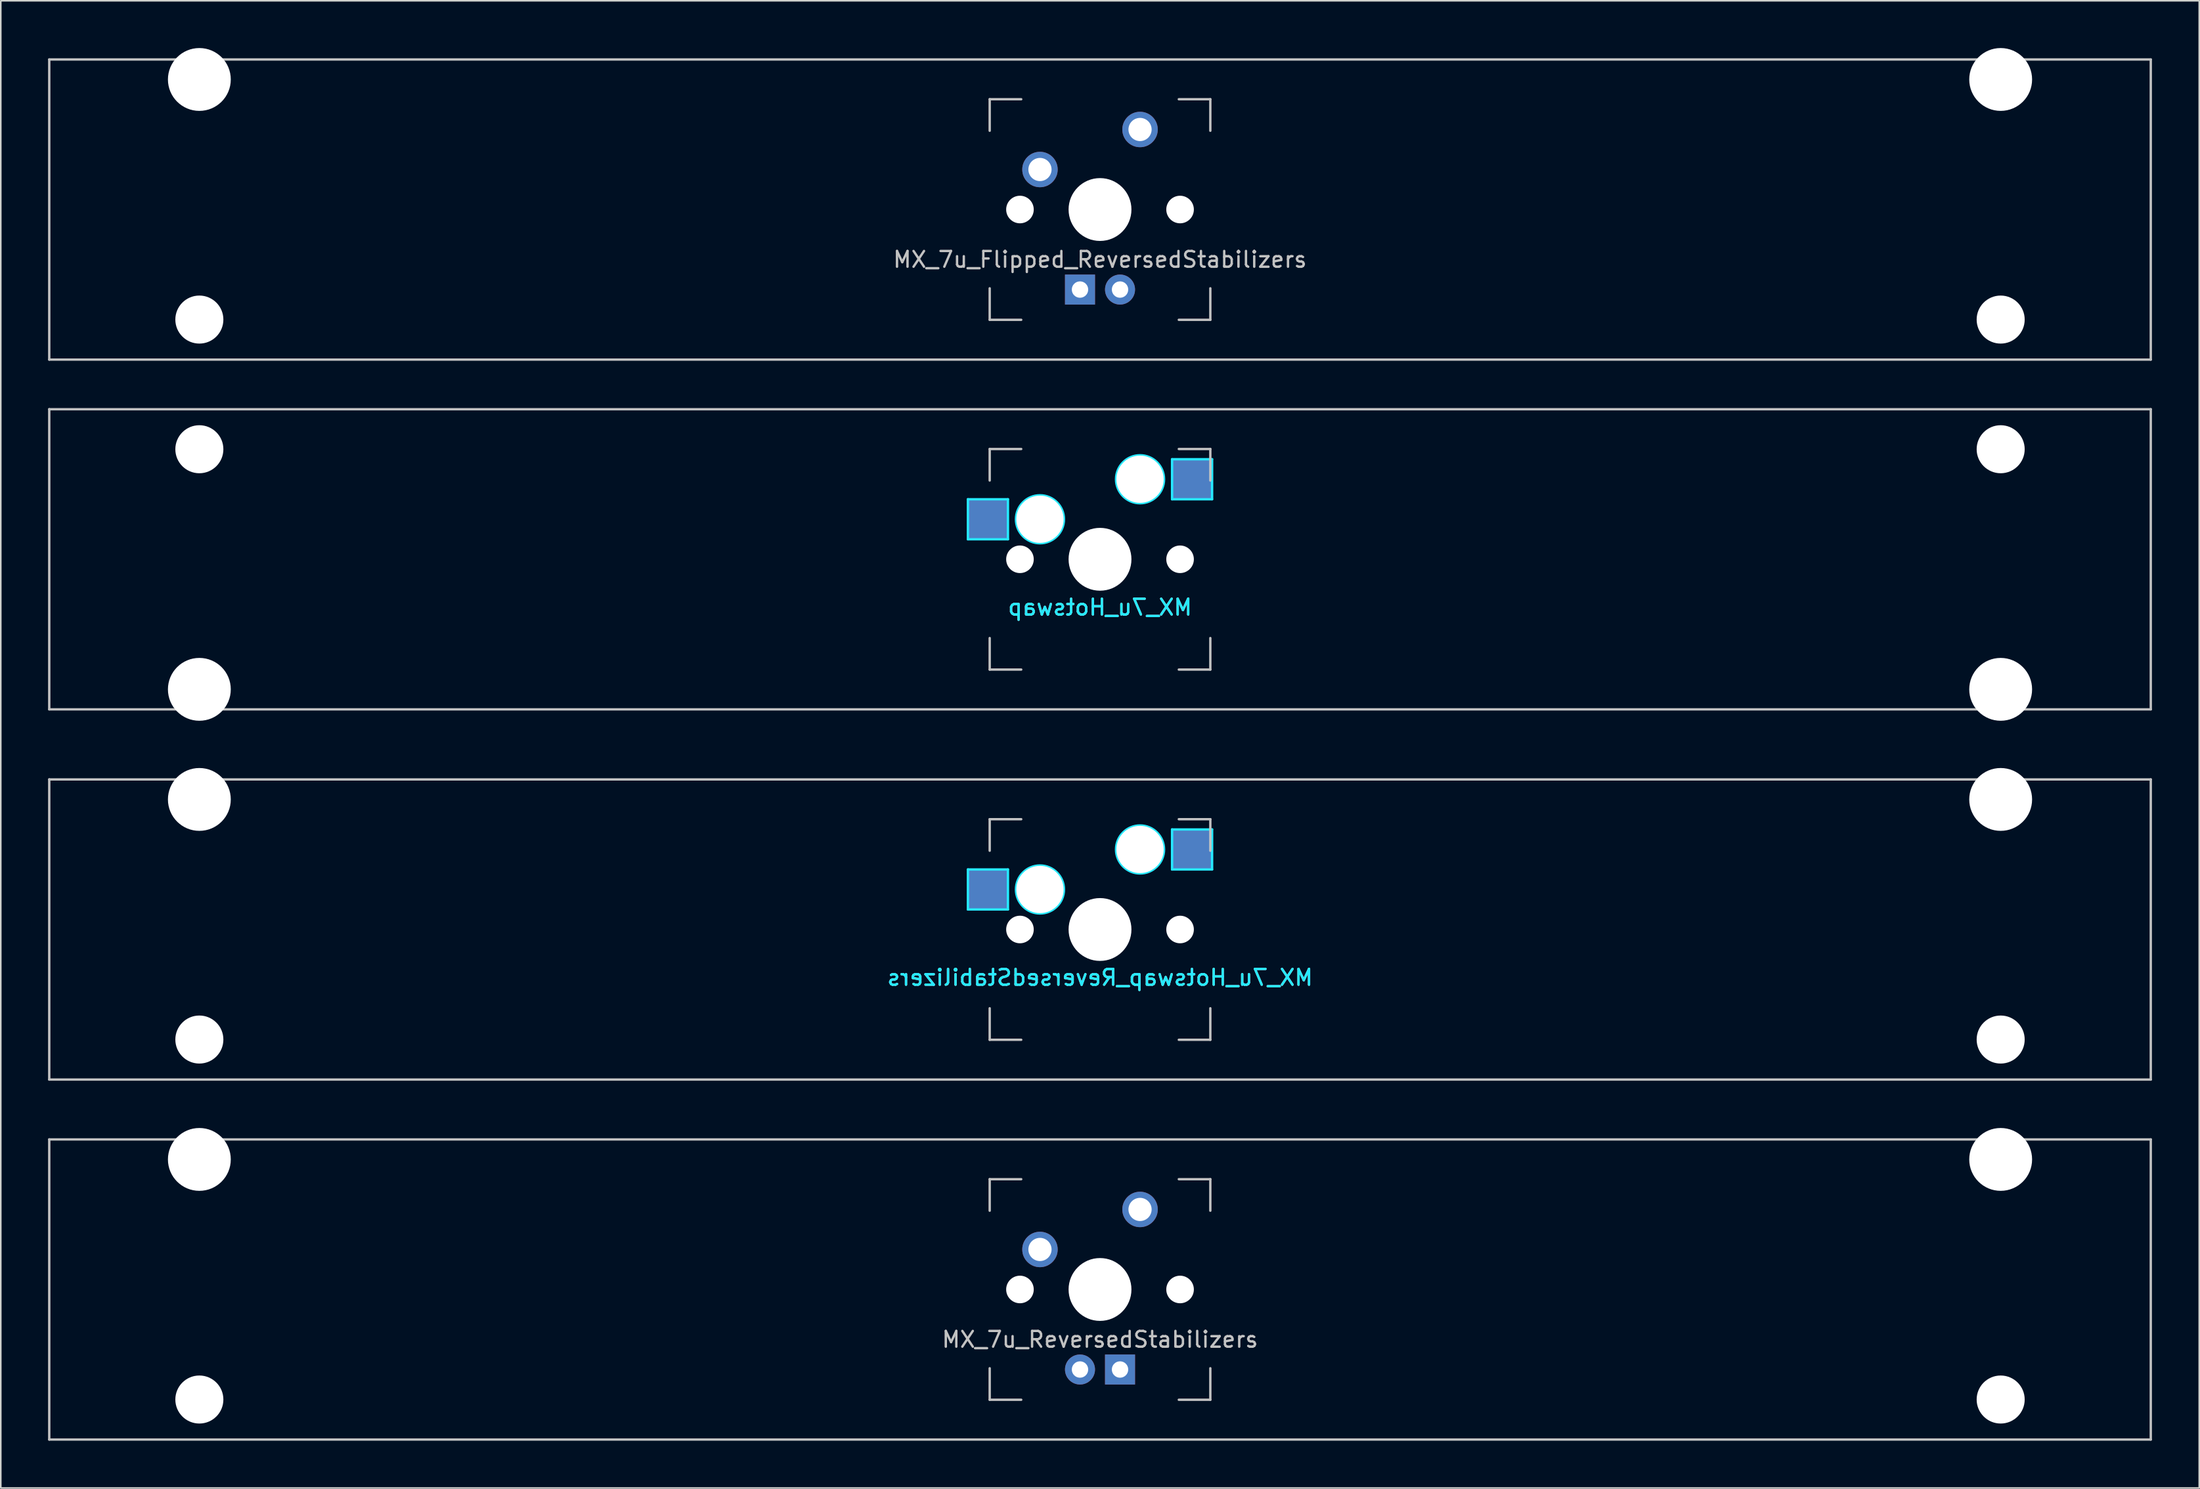
<source format=kicad_pcb>
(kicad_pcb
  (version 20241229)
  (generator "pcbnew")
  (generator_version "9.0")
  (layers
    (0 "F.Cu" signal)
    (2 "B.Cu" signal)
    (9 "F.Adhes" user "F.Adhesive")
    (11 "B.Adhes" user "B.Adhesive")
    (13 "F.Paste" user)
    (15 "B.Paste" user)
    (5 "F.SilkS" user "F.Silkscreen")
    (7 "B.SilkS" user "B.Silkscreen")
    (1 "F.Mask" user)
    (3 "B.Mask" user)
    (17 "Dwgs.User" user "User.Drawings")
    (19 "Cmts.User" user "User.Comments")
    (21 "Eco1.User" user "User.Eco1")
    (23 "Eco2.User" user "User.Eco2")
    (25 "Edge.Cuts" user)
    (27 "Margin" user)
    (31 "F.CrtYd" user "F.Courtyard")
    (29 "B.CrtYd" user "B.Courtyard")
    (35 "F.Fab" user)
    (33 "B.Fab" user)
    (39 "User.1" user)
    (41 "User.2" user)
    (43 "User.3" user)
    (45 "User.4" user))
  (footprint "MX_7u_Hotswap"
    (layer "F.Cu")
    (at 66.75 32.449)
    (property "Reference" "MX_7u_Hotswap" (at 0 3.048 0) (layer "B.CrtYd") (effects (font (size 1 1) (thickness 0.15)) (justify mirror)))
    (attr smd)
    (fp_line (start -66.675 -9.525) (end 66.675 -9.525) (stroke (width 0.15) (type solid)) (layer "Dwgs.User"))
    (fp_line (start -66.675 9.525) (end -66.675 -9.525) (stroke (width 0.15) (type solid)) (layer "Dwgs.User"))
    (fp_line (start -7 -7) (end -7 -5) (stroke (width 0.15) (type solid)) (layer "Dwgs.User"))
    (fp_line (start -7 5) (end -7 7) (stroke (width 0.15) (type solid)) (layer "Dwgs.User"))
    (fp_line (start -7 7) (end -5 7) (stroke (width 0.15) (type solid)) (layer "Dwgs.User"))
    (fp_line (start -5 -7) (end -7 -7) (stroke (width 0.15) (type solid)) (layer "Dwgs.User"))
    (fp_line (start 5 -7) (end 7 -7) (stroke (width 0.15) (type solid)) (layer "Dwgs.User"))
    (fp_line (start 5 7) (end 7 7) (stroke (width 0.15) (type solid)) (layer "Dwgs.User"))
    (fp_line (start 7 -7) (end 7 -5) (stroke (width 0.15) (type solid)) (layer "Dwgs.User"))
    (fp_line (start 7 7) (end 7 5) (stroke (width 0.15) (type solid)) (layer "Dwgs.User"))
    (fp_line (start 66.675 -9.525) (end 66.675 9.525) (stroke (width 0.15) (type solid)) (layer "Dwgs.User"))
    (fp_line (start 66.675 9.525) (end -66.675 9.525) (stroke (width 0.15) (type solid)) (layer "Dwgs.User"))
    (fp_line (start -8.382 -3.81) (end -5.842 -3.81) (stroke (width 0.15) (type solid)) (layer "B.CrtYd"))
    (fp_line (start -8.382 -1.27) (end -8.382 -3.81) (stroke (width 0.15) (type solid)) (layer "B.CrtYd"))
    (fp_line (start -5.842 -3.81) (end -5.842 -1.27) (stroke (width 0.15) (type solid)) (layer "B.CrtYd"))
    (fp_line (start -5.842 -1.27) (end -8.382 -1.27) (stroke (width 0.15) (type solid)) (layer "B.CrtYd"))
    (fp_line (start 4.572 -6.35) (end 7.112 -6.35) (stroke (width 0.15) (type solid)) (layer "B.CrtYd"))
    (fp_line (start 4.572 -3.81) (end 4.572 -6.35) (stroke (width 0.15) (type solid)) (layer "B.CrtYd"))
    (fp_line (start 7.112 -6.35) (end 7.112 -3.81) (stroke (width 0.15) (type solid)) (layer "B.CrtYd"))
    (fp_line (start 7.112 -3.81) (end 4.572 -3.81) (stroke (width 0.15) (type solid)) (layer "B.CrtYd"))
    (fp_circle (center -3.81 -2.54) (end -3.81 -4.064) (stroke (width 0.15) (type solid)) (fill no) (layer "B.CrtYd"))
    (fp_circle (center 2.54 -5.08) (end 2.54 -6.604) (stroke (width 0.15) (type solid)) (fill no) (layer "B.CrtYd"))
    (fp_text user "${REFERENCE}" (at 0 3.048 0) (layer "B.SilkS") (effects (font (size 1 1) (thickness 0.15)) (justify mirror)))
    (pad "" np_thru_hole circle (at -57.15 -6.985) (size 3.048 3.048) (drill 3.048) (layers "*.Cu" "*.Mask"))
    (pad "" np_thru_hole circle (at -57.15 8.255) (size 3.988 3.988) (drill 3.988) (layers "*.Cu" "*.Mask"))
    (pad "" np_thru_hole circle (at -5.08 0 48.1) (size 1.75 1.75) (drill 1.75) (layers "*.Cu" "*.Mask"))
    (pad "" np_thru_hole circle (at -3.81 -2.54) (size 3 3) (drill 3) (layers "*.Cu" "*.Mask"))
    (pad "" np_thru_hole circle (at 0 0) (size 3.988 3.988) (drill 3.988) (layers "*.Cu" "*.Mask"))
    (pad "" np_thru_hole circle (at 2.54 -5.08) (size 3 3) (drill 3) (layers "*.Cu" "*.Mask"))
    (pad "" np_thru_hole circle (at 5.08 0 48.1) (size 1.75 1.75) (drill 1.75) (layers "*.Cu" "*.Mask"))
    (pad "" np_thru_hole circle (at 57.15 -6.985) (size 3.048 3.048) (drill 3.048) (layers "*.Cu" "*.Mask"))
    (pad "" np_thru_hole circle (at 57.15 8.255) (size 3.988 3.988) (drill 3.988) (layers "*.Cu" "*.Mask"))
    (pad "1" smd rect (at -7.085 -2.54) (size 2.55 2.5) (layers "B.Cu" "B.Mask" "B.Paste"))
    (pad "2" smd rect (at 5.842 -5.08) (size 2.55 2.5) (layers "B.Cu" "B.Mask" "B.Paste")))
  (footprint "MX_7u_Flipped_ReversedStabilizers"
    (layer "F.Cu")
    (at 66.75 10.249)
    (property "Reference" "MX_7u_Flipped_ReversedStabilizers" (at 0 3.175 0) (layer "Dwgs.User") (effects (font (size 1 1) (thickness 0.15))))
    (attr through_hole)
    (fp_line (start -66.675 -9.525) (end 66.675 -9.525) (stroke (width 0.15) (type solid)) (layer "Dwgs.User"))
    (fp_line (start -66.675 9.525) (end -66.675 -9.525) (stroke (width 0.15) (type solid)) (layer "Dwgs.User"))
    (fp_line (start -66.675 9.525) (end 66.675 9.525) (stroke (width 0.15) (type solid)) (layer "Dwgs.User"))
    (fp_line (start -7 -7) (end -7 -5) (stroke (width 0.15) (type solid)) (layer "Dwgs.User"))
    (fp_line (start -7 5) (end -7 7) (stroke (width 0.15) (type solid)) (layer "Dwgs.User"))
    (fp_line (start -7 7) (end -5 7) (stroke (width 0.15) (type solid)) (layer "Dwgs.User"))
    (fp_line (start -5 -7) (end -7 -7) (stroke (width 0.15) (type solid)) (layer "Dwgs.User"))
    (fp_line (start 5 -7) (end 7 -7) (stroke (width 0.15) (type solid)) (layer "Dwgs.User"))
    (fp_line (start 5 7) (end 7 7) (stroke (width 0.15) (type solid)) (layer "Dwgs.User"))
    (fp_line (start 7 -7) (end 7 -5) (stroke (width 0.15) (type solid)) (layer "Dwgs.User"))
    (fp_line (start 7 7) (end 7 5) (stroke (width 0.15) (type solid)) (layer "Dwgs.User"))
    (fp_line (start 66.675 -9.525) (end 66.675 9.525) (stroke (width 0.15) (type solid)) (layer "Dwgs.User"))
    (pad "" np_thru_hole circle (at -57.15 -8.255) (size 3.988 3.988) (drill 3.988) (layers "*.Cu" "*.Mask"))
    (pad "" np_thru_hole circle (at -57.15 6.985) (size 3.048 3.048) (drill 3.048) (layers "*.Cu" "*.Mask"))
    (pad "" np_thru_hole circle (at -5.08 0 48.1) (size 1.75 1.75) (drill 1.75) (layers "*.Cu" "*.Mask"))
    (pad "" np_thru_hole circle (at 0 0) (size 3.988 3.988) (drill 3.988) (layers "*.Cu" "*.Mask"))
    (pad "" np_thru_hole circle (at 5.08 0 48.1) (size 1.75 1.75) (drill 1.75) (layers "*.Cu" "*.Mask"))
    (pad "" np_thru_hole circle (at 57.15 -8.255) (size 3.988 3.988) (drill 3.988) (layers "*.Cu" "*.Mask"))
    (pad "" np_thru_hole circle (at 57.15 6.985) (size 3.048 3.048) (drill 3.048) (layers "*.Cu" "*.Mask"))
    (pad "1" thru_hole circle (at -3.81 -2.54) (size 2.25 2.25) (drill 1.47) (layers "*.Cu" "B.Mask"))
    (pad "2" thru_hole circle (at 2.54 -5.08) (size 2.25 2.25) (drill 1.47) (layers "*.Cu" "B.Mask"))
    (pad "3" thru_hole circle (at 1.27 5.08) (size 1.905 1.905) (drill 1.04) (layers "*.Cu" "B.Mask"))
    (pad "4" thru_hole rect (at -1.27 5.08) (size 1.905 1.905) (drill 1.04) (layers "*.Cu" "B.Mask")))
  (footprint "MX_7u_ReversedStabilizers"
    (layer "F.Cu")
    (at 66.75 78.796)
    (property "Reference" "MX_7u_ReversedStabilizers" (at 0 3.175 0) (layer "Dwgs.User") (effects (font (size 1 1) (thickness 0.15))))
    (attr through_hole)
    (fp_line (start -66.675 -9.525) (end 66.675 -9.525) (stroke (width 0.15) (type solid)) (layer "Dwgs.User"))
    (fp_line (start -66.675 9.525) (end -66.675 -9.525) (stroke (width 0.15) (type solid)) (layer "Dwgs.User"))
    (fp_line (start -66.675 9.525) (end 66.675 9.525) (stroke (width 0.15) (type solid)) (layer "Dwgs.User"))
    (fp_line (start -7 -7) (end -7 -5) (stroke (width 0.15) (type solid)) (layer "Dwgs.User"))
    (fp_line (start -7 5) (end -7 7) (stroke (width 0.15) (type solid)) (layer "Dwgs.User"))
    (fp_line (start -7 7) (end -5 7) (stroke (width 0.15) (type solid)) (layer "Dwgs.User"))
    (fp_line (start -5 -7) (end -7 -7) (stroke (width 0.15) (type solid)) (layer "Dwgs.User"))
    (fp_line (start 5 -7) (end 7 -7) (stroke (width 0.15) (type solid)) (layer "Dwgs.User"))
    (fp_line (start 5 7) (end 7 7) (stroke (width 0.15) (type solid)) (layer "Dwgs.User"))
    (fp_line (start 7 -7) (end 7 -5) (stroke (width 0.15) (type solid)) (layer "Dwgs.User"))
    (fp_line (start 7 7) (end 7 5) (stroke (width 0.15) (type solid)) (layer "Dwgs.User"))
    (fp_line (start 66.675 -9.525) (end 66.675 9.525) (stroke (width 0.15) (type solid)) (layer "Dwgs.User"))
    (pad "" np_thru_hole circle (at -57.15 -8.255) (size 3.988 3.988) (drill 3.988) (layers "*.Cu" "*.Mask"))
    (pad "" np_thru_hole circle (at -57.15 6.985) (size 3.048 3.048) (drill 3.048) (layers "*.Cu" "*.Mask"))
    (pad "" np_thru_hole circle (at -5.08 0 48.1) (size 1.75 1.75) (drill 1.75) (layers "*.Cu" "*.Mask"))
    (pad "" np_thru_hole circle (at 0 0) (size 3.988 3.988) (drill 3.988) (layers "*.Cu" "*.Mask"))
    (pad "" np_thru_hole circle (at 5.08 0 48.1) (size 1.75 1.75) (drill 1.75) (layers "*.Cu" "*.Mask"))
    (pad "" np_thru_hole circle (at 57.15 -8.255) (size 3.988 3.988) (drill 3.988) (layers "*.Cu" "*.Mask"))
    (pad "" np_thru_hole circle (at 57.15 6.985) (size 3.048 3.048) (drill 3.048) (layers "*.Cu" "*.Mask"))
    (pad "1" thru_hole circle (at -3.81 -2.54) (size 2.25 2.25) (drill 1.47) (layers "*.Cu" "B.Mask"))
    (pad "2" thru_hole circle (at 2.54 -5.08) (size 2.25 2.25) (drill 1.47) (layers "*.Cu" "B.Mask"))
    (pad "3" thru_hole circle (at -1.27 5.08) (size 1.905 1.905) (drill 1.04) (layers "*.Cu" "B.Mask"))
    (pad "4" thru_hole rect (at 1.27 5.08) (size 1.905 1.905) (drill 1.04) (layers "*.Cu" "B.Mask")))
  (footprint "MX_7u_Hotswap_ReversedStabilizers"
    (layer "F.Cu")
    (at 66.75 55.947)
    (property "Reference" "MX_7u_Hotswap_ReversedStabilizers" (at 0 3.048 0) (layer "B.CrtYd") (effects (font (size 1 1) (thickness 0.15)) (justify mirror)))
    (attr smd)
    (fp_line (start -66.675 -9.525) (end 66.675 -9.525) (stroke (width 0.15) (type solid)) (layer "Dwgs.User"))
    (fp_line (start -66.675 9.525) (end -66.675 -9.525) (stroke (width 0.15) (type solid)) (layer "Dwgs.User"))
    (fp_line (start -7 -7) (end -7 -5) (stroke (width 0.15) (type solid)) (layer "Dwgs.User"))
    (fp_line (start -7 5) (end -7 7) (stroke (width 0.15) (type solid)) (layer "Dwgs.User"))
    (fp_line (start -7 7) (end -5 7) (stroke (width 0.15) (type solid)) (layer "Dwgs.User"))
    (fp_line (start -5 -7) (end -7 -7) (stroke (width 0.15) (type solid)) (layer "Dwgs.User"))
    (fp_line (start 5 -7) (end 7 -7) (stroke (width 0.15) (type solid)) (layer "Dwgs.User"))
    (fp_line (start 5 7) (end 7 7) (stroke (width 0.15) (type solid)) (layer "Dwgs.User"))
    (fp_line (start 7 -7) (end 7 -5) (stroke (width 0.15) (type solid)) (layer "Dwgs.User"))
    (fp_line (start 7 7) (end 7 5) (stroke (width 0.15) (type solid)) (layer "Dwgs.User"))
    (fp_line (start 66.675 -9.525) (end 66.675 9.525) (stroke (width 0.15) (type solid)) (layer "Dwgs.User"))
    (fp_line (start 66.675 9.525) (end -66.675 9.525) (stroke (width 0.15) (type solid)) (layer "Dwgs.User"))
    (fp_line (start -8.382 -3.81) (end -5.842 -3.81) (stroke (width 0.15) (type solid)) (layer "B.CrtYd"))
    (fp_line (start -8.382 -1.27) (end -8.382 -3.81) (stroke (width 0.15) (type solid)) (layer "B.CrtYd"))
    (fp_line (start -5.842 -3.81) (end -5.842 -1.27) (stroke (width 0.15) (type solid)) (layer "B.CrtYd"))
    (fp_line (start -5.842 -1.27) (end -8.382 -1.27) (stroke (width 0.15) (type solid)) (layer "B.CrtYd"))
    (fp_line (start 4.572 -6.35) (end 7.112 -6.35) (stroke (width 0.15) (type solid)) (layer "B.CrtYd"))
    (fp_line (start 4.572 -3.81) (end 4.572 -6.35) (stroke (width 0.15) (type solid)) (layer "B.CrtYd"))
    (fp_line (start 7.112 -6.35) (end 7.112 -3.81) (stroke (width 0.15) (type solid)) (layer "B.CrtYd"))
    (fp_line (start 7.112 -3.81) (end 4.572 -3.81) (stroke (width 0.15) (type solid)) (layer "B.CrtYd"))
    (fp_circle (center -3.81 -2.54) (end -3.81 -4.064) (stroke (width 0.15) (type solid)) (fill no) (layer "B.CrtYd"))
    (fp_circle (center 2.54 -5.08) (end 2.54 -6.604) (stroke (width 0.15) (type solid)) (fill no) (layer "B.CrtYd"))
    (fp_text user "${REFERENCE}" (at 0 3.048 0) (layer "B.SilkS") (effects (font (size 1 1) (thickness 0.15)) (justify mirror)))
    (pad "" np_thru_hole circle (at -57.15 -8.255) (size 3.988 3.988) (drill 3.988) (layers "*.Cu" "*.Mask"))
    (pad "" np_thru_hole circle (at -57.15 6.985) (size 3.048 3.048) (drill 3.048) (layers "*.Cu" "*.Mask"))
    (pad "" np_thru_hole circle (at -5.08 0 48.1) (size 1.75 1.75) (drill 1.75) (layers "*.Cu" "*.Mask"))
    (pad "" np_thru_hole circle (at -3.81 -2.54) (size 3 3) (drill 3) (layers "*.Cu" "*.Mask"))
    (pad "" np_thru_hole circle (at 0 0) (size 3.988 3.988) (drill 3.988) (layers "*.Cu" "*.Mask"))
    (pad "" np_thru_hole circle (at 2.54 -5.08) (size 3 3) (drill 3) (layers "*.Cu" "*.Mask"))
    (pad "" np_thru_hole circle (at 5.08 0 48.1) (size 1.75 1.75) (drill 1.75) (layers "*.Cu" "*.Mask"))
    (pad "" np_thru_hole circle (at 57.15 -8.255) (size 3.988 3.988) (drill 3.988) (layers "*.Cu" "*.Mask"))
    (pad "" np_thru_hole circle (at 57.15 6.985) (size 3.048 3.048) (drill 3.048) (layers "*.Cu" "*.Mask"))
    (pad "1" smd rect (at -7.085 -2.54) (size 2.55 2.5) (layers "B.Cu" "B.Mask" "B.Paste"))
    (pad "2" smd rect (at 5.842 -5.08) (size 2.55 2.5) (layers "B.Cu" "B.Mask" "B.Paste")))
  (gr_rect
    (start -3 -3)
    (end 136.5 91.396)
    (stroke (width 0.1) (type default))
    (fill no)
    (layer "Edge.Cuts")))
</source>
